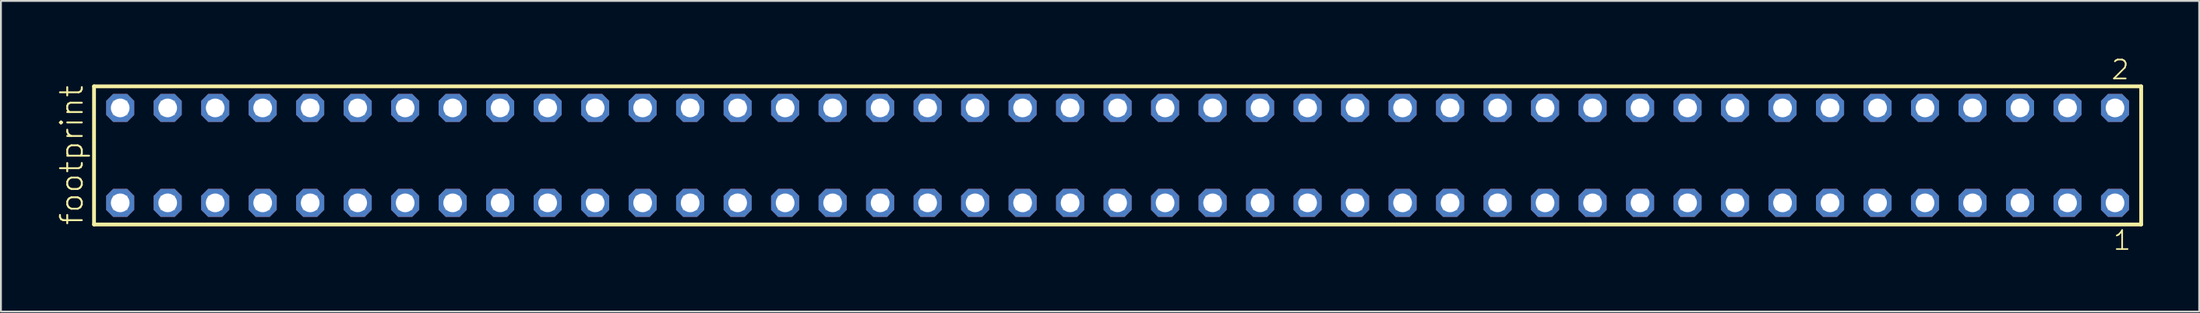
<source format=kicad_pcb>
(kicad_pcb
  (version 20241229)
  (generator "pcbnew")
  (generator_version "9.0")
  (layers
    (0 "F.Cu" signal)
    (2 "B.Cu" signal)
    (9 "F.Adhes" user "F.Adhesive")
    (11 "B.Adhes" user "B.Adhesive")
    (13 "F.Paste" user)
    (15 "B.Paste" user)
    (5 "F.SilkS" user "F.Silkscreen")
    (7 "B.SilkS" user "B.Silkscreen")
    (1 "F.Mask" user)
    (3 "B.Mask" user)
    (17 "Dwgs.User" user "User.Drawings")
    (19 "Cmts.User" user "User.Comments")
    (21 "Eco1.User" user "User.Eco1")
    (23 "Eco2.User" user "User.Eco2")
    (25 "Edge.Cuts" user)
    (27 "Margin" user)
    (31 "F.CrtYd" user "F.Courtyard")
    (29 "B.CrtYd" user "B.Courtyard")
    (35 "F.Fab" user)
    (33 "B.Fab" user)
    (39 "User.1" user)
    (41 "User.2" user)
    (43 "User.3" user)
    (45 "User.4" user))
  (footprint "footprint"
    (layer "F.Cu")
    (at 56.718 5.265)
    (property "Reference" "footprint" (at -55.245 3.81 90) (layer "F.SilkS") (effects (font (size 1.168 1.168) (thickness 0.102)) (justify left bottom)))
    (fp_line (start -54.739 -3.695) (end 54.739 -3.695) (stroke (width 0.203) (type solid)) (layer "F.SilkS"))
    (fp_line (start -54.739 3.695) (end -54.739 -3.695) (stroke (width 0.203) (type solid)) (layer "F.SilkS"))
    (fp_line (start 54.739 -3.695) (end 54.739 3.695) (stroke (width 0.203) (type solid)) (layer "F.SilkS"))
    (fp_line (start 54.739 3.695) (end -54.739 3.695) (stroke (width 0.203) (type solid)) (layer "F.SilkS"))
    (fp_poly (pts (xy -53.69 -2.19) (xy -52.99 -2.19) (xy -52.99 -2.89) (xy -53.69 -2.89)) (stroke (width 0.1) (type solid)) (fill no) (layer "F.Fab"))
    (fp_poly (pts (xy -53.69 2.89) (xy -52.99 2.89) (xy -52.99 2.19) (xy -53.69 2.19)) (stroke (width 0.1) (type solid)) (fill no) (layer "F.Fab"))
    (fp_poly (pts (xy -51.15 -2.19) (xy -50.45 -2.19) (xy -50.45 -2.89) (xy -51.15 -2.89)) (stroke (width 0.1) (type solid)) (fill no) (layer "F.Fab"))
    (fp_poly (pts (xy -51.15 2.89) (xy -50.45 2.89) (xy -50.45 2.19) (xy -51.15 2.19)) (stroke (width 0.1) (type solid)) (fill no) (layer "F.Fab"))
    (fp_poly (pts (xy -48.61 -2.19) (xy -47.91 -2.19) (xy -47.91 -2.89) (xy -48.61 -2.89)) (stroke (width 0.1) (type solid)) (fill no) (layer "F.Fab"))
    (fp_poly (pts (xy -48.61 2.89) (xy -47.91 2.89) (xy -47.91 2.19) (xy -48.61 2.19)) (stroke (width 0.1) (type solid)) (fill no) (layer "F.Fab"))
    (fp_poly (pts (xy -46.07 -2.19) (xy -45.37 -2.19) (xy -45.37 -2.89) (xy -46.07 -2.89)) (stroke (width 0.1) (type solid)) (fill no) (layer "F.Fab"))
    (fp_poly (pts (xy -46.07 2.89) (xy -45.37 2.89) (xy -45.37 2.19) (xy -46.07 2.19)) (stroke (width 0.1) (type solid)) (fill no) (layer "F.Fab"))
    (fp_poly (pts (xy -43.53 -2.19) (xy -42.83 -2.19) (xy -42.83 -2.89) (xy -43.53 -2.89)) (stroke (width 0.1) (type solid)) (fill no) (layer "F.Fab"))
    (fp_poly (pts (xy -43.53 2.89) (xy -42.83 2.89) (xy -42.83 2.19) (xy -43.53 2.19)) (stroke (width 0.1) (type solid)) (fill no) (layer "F.Fab"))
    (fp_poly (pts (xy -40.99 -2.19) (xy -40.29 -2.19) (xy -40.29 -2.89) (xy -40.99 -2.89)) (stroke (width 0.1) (type solid)) (fill no) (layer "F.Fab"))
    (fp_poly (pts (xy -40.99 2.89) (xy -40.29 2.89) (xy -40.29 2.19) (xy -40.99 2.19)) (stroke (width 0.1) (type solid)) (fill no) (layer "F.Fab"))
    (fp_poly (pts (xy -38.45 -2.19) (xy -37.75 -2.19) (xy -37.75 -2.89) (xy -38.45 -2.89)) (stroke (width 0.1) (type solid)) (fill no) (layer "F.Fab"))
    (fp_poly (pts (xy -38.45 2.89) (xy -37.75 2.89) (xy -37.75 2.19) (xy -38.45 2.19)) (stroke (width 0.1) (type solid)) (fill no) (layer "F.Fab"))
    (fp_poly (pts (xy -35.91 -2.19) (xy -35.21 -2.19) (xy -35.21 -2.89) (xy -35.91 -2.89)) (stroke (width 0.1) (type solid)) (fill no) (layer "F.Fab"))
    (fp_poly (pts (xy -35.91 2.89) (xy -35.21 2.89) (xy -35.21 2.19) (xy -35.91 2.19)) (stroke (width 0.1) (type solid)) (fill no) (layer "F.Fab"))
    (fp_poly (pts (xy -33.37 -2.19) (xy -32.67 -2.19) (xy -32.67 -2.89) (xy -33.37 -2.89)) (stroke (width 0.1) (type solid)) (fill no) (layer "F.Fab"))
    (fp_poly (pts (xy -33.37 2.89) (xy -32.67 2.89) (xy -32.67 2.19) (xy -33.37 2.19)) (stroke (width 0.1) (type solid)) (fill no) (layer "F.Fab"))
    (fp_poly (pts (xy -30.83 -2.19) (xy -30.13 -2.19) (xy -30.13 -2.89) (xy -30.83 -2.89)) (stroke (width 0.1) (type solid)) (fill no) (layer "F.Fab"))
    (fp_poly (pts (xy -30.83 2.89) (xy -30.13 2.89) (xy -30.13 2.19) (xy -30.83 2.19)) (stroke (width 0.1) (type solid)) (fill no) (layer "F.Fab"))
    (fp_poly (pts (xy -28.29 -2.19) (xy -27.59 -2.19) (xy -27.59 -2.89) (xy -28.29 -2.89)) (stroke (width 0.1) (type solid)) (fill no) (layer "F.Fab"))
    (fp_poly (pts (xy -28.29 2.89) (xy -27.59 2.89) (xy -27.59 2.19) (xy -28.29 2.19)) (stroke (width 0.1) (type solid)) (fill no) (layer "F.Fab"))
    (fp_poly (pts (xy -25.75 -2.19) (xy -25.05 -2.19) (xy -25.05 -2.89) (xy -25.75 -2.89)) (stroke (width 0.1) (type solid)) (fill no) (layer "F.Fab"))
    (fp_poly (pts (xy -25.75 2.89) (xy -25.05 2.89) (xy -25.05 2.19) (xy -25.75 2.19)) (stroke (width 0.1) (type solid)) (fill no) (layer "F.Fab"))
    (fp_poly (pts (xy -23.21 -2.19) (xy -22.51 -2.19) (xy -22.51 -2.89) (xy -23.21 -2.89)) (stroke (width 0.1) (type solid)) (fill no) (layer "F.Fab"))
    (fp_poly (pts (xy -23.21 2.89) (xy -22.51 2.89) (xy -22.51 2.19) (xy -23.21 2.19)) (stroke (width 0.1) (type solid)) (fill no) (layer "F.Fab"))
    (fp_poly (pts (xy -20.67 -2.19) (xy -19.97 -2.19) (xy -19.97 -2.89) (xy -20.67 -2.89)) (stroke (width 0.1) (type solid)) (fill no) (layer "F.Fab"))
    (fp_poly (pts (xy -20.67 2.89) (xy -19.97 2.89) (xy -19.97 2.19) (xy -20.67 2.19)) (stroke (width 0.1) (type solid)) (fill no) (layer "F.Fab"))
    (fp_poly (pts (xy -18.13 -2.19) (xy -17.43 -2.19) (xy -17.43 -2.89) (xy -18.13 -2.89)) (stroke (width 0.1) (type solid)) (fill no) (layer "F.Fab"))
    (fp_poly (pts (xy -18.13 2.89) (xy -17.43 2.89) (xy -17.43 2.19) (xy -18.13 2.19)) (stroke (width 0.1) (type solid)) (fill no) (layer "F.Fab"))
    (fp_poly (pts (xy -15.59 -2.19) (xy -14.89 -2.19) (xy -14.89 -2.89) (xy -15.59 -2.89)) (stroke (width 0.1) (type solid)) (fill no) (layer "F.Fab"))
    (fp_poly (pts (xy -15.59 2.89) (xy -14.89 2.89) (xy -14.89 2.19) (xy -15.59 2.19)) (stroke (width 0.1) (type solid)) (fill no) (layer "F.Fab"))
    (fp_poly (pts (xy -13.05 -2.19) (xy -12.35 -2.19) (xy -12.35 -2.89) (xy -13.05 -2.89)) (stroke (width 0.1) (type solid)) (fill no) (layer "F.Fab"))
    (fp_poly (pts (xy -13.05 2.89) (xy -12.35 2.89) (xy -12.35 2.19) (xy -13.05 2.19)) (stroke (width 0.1) (type solid)) (fill no) (layer "F.Fab"))
    (fp_poly (pts (xy -10.51 -2.19) (xy -9.81 -2.19) (xy -9.81 -2.89) (xy -10.51 -2.89)) (stroke (width 0.1) (type solid)) (fill no) (layer "F.Fab"))
    (fp_poly (pts (xy -10.51 2.89) (xy -9.81 2.89) (xy -9.81 2.19) (xy -10.51 2.19)) (stroke (width 0.1) (type solid)) (fill no) (layer "F.Fab"))
    (fp_poly (pts (xy -7.97 -2.19) (xy -7.27 -2.19) (xy -7.27 -2.89) (xy -7.97 -2.89)) (stroke (width 0.1) (type solid)) (fill no) (layer "F.Fab"))
    (fp_poly (pts (xy -7.97 2.89) (xy -7.27 2.89) (xy -7.27 2.19) (xy -7.97 2.19)) (stroke (width 0.1) (type solid)) (fill no) (layer "F.Fab"))
    (fp_poly (pts (xy -5.43 -2.19) (xy -4.73 -2.19) (xy -4.73 -2.89) (xy -5.43 -2.89)) (stroke (width 0.1) (type solid)) (fill no) (layer "F.Fab"))
    (fp_poly (pts (xy -5.43 2.89) (xy -4.73 2.89) (xy -4.73 2.19) (xy -5.43 2.19)) (stroke (width 0.1) (type solid)) (fill no) (layer "F.Fab"))
    (fp_poly (pts (xy -2.89 -2.19) (xy -2.19 -2.19) (xy -2.19 -2.89) (xy -2.89 -2.89)) (stroke (width 0.1) (type solid)) (fill no) (layer "F.Fab"))
    (fp_poly (pts (xy -2.89 2.89) (xy -2.19 2.89) (xy -2.19 2.19) (xy -2.89 2.19)) (stroke (width 0.1) (type solid)) (fill no) (layer "F.Fab"))
    (fp_poly (pts (xy -0.35 -2.19) (xy 0.35 -2.19) (xy 0.35 -2.89) (xy -0.35 -2.89)) (stroke (width 0.1) (type solid)) (fill no) (layer "F.Fab"))
    (fp_poly (pts (xy -0.35 2.89) (xy 0.35 2.89) (xy 0.35 2.19) (xy -0.35 2.19)) (stroke (width 0.1) (type solid)) (fill no) (layer "F.Fab"))
    (fp_poly (pts (xy 2.19 -2.19) (xy 2.89 -2.19) (xy 2.89 -2.89) (xy 2.19 -2.89)) (stroke (width 0.1) (type solid)) (fill no) (layer "F.Fab"))
    (fp_poly (pts (xy 2.19 2.89) (xy 2.89 2.89) (xy 2.89 2.19) (xy 2.19 2.19)) (stroke (width 0.1) (type solid)) (fill no) (layer "F.Fab"))
    (fp_poly (pts (xy 4.73 -2.19) (xy 5.43 -2.19) (xy 5.43 -2.89) (xy 4.73 -2.89)) (stroke (width 0.1) (type solid)) (fill no) (layer "F.Fab"))
    (fp_poly (pts (xy 4.73 2.89) (xy 5.43 2.89) (xy 5.43 2.19) (xy 4.73 2.19)) (stroke (width 0.1) (type solid)) (fill no) (layer "F.Fab"))
    (fp_poly (pts (xy 7.27 -2.19) (xy 7.97 -2.19) (xy 7.97 -2.89) (xy 7.27 -2.89)) (stroke (width 0.1) (type solid)) (fill no) (layer "F.Fab"))
    (fp_poly (pts (xy 7.27 2.89) (xy 7.97 2.89) (xy 7.97 2.19) (xy 7.27 2.19)) (stroke (width 0.1) (type solid)) (fill no) (layer "F.Fab"))
    (fp_poly (pts (xy 9.81 -2.19) (xy 10.51 -2.19) (xy 10.51 -2.89) (xy 9.81 -2.89)) (stroke (width 0.1) (type solid)) (fill no) (layer "F.Fab"))
    (fp_poly (pts (xy 9.81 2.89) (xy 10.51 2.89) (xy 10.51 2.19) (xy 9.81 2.19)) (stroke (width 0.1) (type solid)) (fill no) (layer "F.Fab"))
    (fp_poly (pts (xy 12.35 -2.19) (xy 13.05 -2.19) (xy 13.05 -2.89) (xy 12.35 -2.89)) (stroke (width 0.1) (type solid)) (fill no) (layer "F.Fab"))
    (fp_poly (pts (xy 12.35 2.89) (xy 13.05 2.89) (xy 13.05 2.19) (xy 12.35 2.19)) (stroke (width 0.1) (type solid)) (fill no) (layer "F.Fab"))
    (fp_poly (pts (xy 14.89 -2.19) (xy 15.59 -2.19) (xy 15.59 -2.89) (xy 14.89 -2.89)) (stroke (width 0.1) (type solid)) (fill no) (layer "F.Fab"))
    (fp_poly (pts (xy 14.89 2.89) (xy 15.59 2.89) (xy 15.59 2.19) (xy 14.89 2.19)) (stroke (width 0.1) (type solid)) (fill no) (layer "F.Fab"))
    (fp_poly (pts (xy 17.43 -2.19) (xy 18.13 -2.19) (xy 18.13 -2.89) (xy 17.43 -2.89)) (stroke (width 0.1) (type solid)) (fill no) (layer "F.Fab"))
    (fp_poly (pts (xy 17.43 2.89) (xy 18.13 2.89) (xy 18.13 2.19) (xy 17.43 2.19)) (stroke (width 0.1) (type solid)) (fill no) (layer "F.Fab"))
    (fp_poly (pts (xy 19.97 -2.19) (xy 20.67 -2.19) (xy 20.67 -2.89) (xy 19.97 -2.89)) (stroke (width 0.1) (type solid)) (fill no) (layer "F.Fab"))
    (fp_poly (pts (xy 19.97 2.89) (xy 20.67 2.89) (xy 20.67 2.19) (xy 19.97 2.19)) (stroke (width 0.1) (type solid)) (fill no) (layer "F.Fab"))
    (fp_poly (pts (xy 22.51 -2.19) (xy 23.21 -2.19) (xy 23.21 -2.89) (xy 22.51 -2.89)) (stroke (width 0.1) (type solid)) (fill no) (layer "F.Fab"))
    (fp_poly (pts (xy 22.51 2.89) (xy 23.21 2.89) (xy 23.21 2.19) (xy 22.51 2.19)) (stroke (width 0.1) (type solid)) (fill no) (layer "F.Fab"))
    (fp_poly (pts (xy 25.05 -2.19) (xy 25.75 -2.19) (xy 25.75 -2.89) (xy 25.05 -2.89)) (stroke (width 0.1) (type solid)) (fill no) (layer "F.Fab"))
    (fp_poly (pts (xy 25.05 2.89) (xy 25.75 2.89) (xy 25.75 2.19) (xy 25.05 2.19)) (stroke (width 0.1) (type solid)) (fill no) (layer "F.Fab"))
    (fp_poly (pts (xy 27.59 -2.19) (xy 28.29 -2.19) (xy 28.29 -2.89) (xy 27.59 -2.89)) (stroke (width 0.1) (type solid)) (fill no) (layer "F.Fab"))
    (fp_poly (pts (xy 27.59 2.89) (xy 28.29 2.89) (xy 28.29 2.19) (xy 27.59 2.19)) (stroke (width 0.1) (type solid)) (fill no) (layer "F.Fab"))
    (fp_poly (pts (xy 30.13 -2.19) (xy 30.83 -2.19) (xy 30.83 -2.89) (xy 30.13 -2.89)) (stroke (width 0.1) (type solid)) (fill no) (layer "F.Fab"))
    (fp_poly (pts (xy 30.13 2.89) (xy 30.83 2.89) (xy 30.83 2.19) (xy 30.13 2.19)) (stroke (width 0.1) (type solid)) (fill no) (layer "F.Fab"))
    (fp_poly (pts (xy 32.67 -2.19) (xy 33.37 -2.19) (xy 33.37 -2.89) (xy 32.67 -2.89)) (stroke (width 0.1) (type solid)) (fill no) (layer "F.Fab"))
    (fp_poly (pts (xy 32.67 2.89) (xy 33.37 2.89) (xy 33.37 2.19) (xy 32.67 2.19)) (stroke (width 0.1) (type solid)) (fill no) (layer "F.Fab"))
    (fp_poly (pts (xy 35.21 -2.19) (xy 35.91 -2.19) (xy 35.91 -2.89) (xy 35.21 -2.89)) (stroke (width 0.1) (type solid)) (fill no) (layer "F.Fab"))
    (fp_poly (pts (xy 35.21 2.89) (xy 35.91 2.89) (xy 35.91 2.19) (xy 35.21 2.19)) (stroke (width 0.1) (type solid)) (fill no) (layer "F.Fab"))
    (fp_poly (pts (xy 37.75 -2.19) (xy 38.45 -2.19) (xy 38.45 -2.89) (xy 37.75 -2.89)) (stroke (width 0.1) (type solid)) (fill no) (layer "F.Fab"))
    (fp_poly (pts (xy 37.75 2.89) (xy 38.45 2.89) (xy 38.45 2.19) (xy 37.75 2.19)) (stroke (width 0.1) (type solid)) (fill no) (layer "F.Fab"))
    (fp_poly (pts (xy 40.29 -2.19) (xy 40.99 -2.19) (xy 40.99 -2.89) (xy 40.29 -2.89)) (stroke (width 0.1) (type solid)) (fill no) (layer "F.Fab"))
    (fp_poly (pts (xy 40.29 2.89) (xy 40.99 2.89) (xy 40.99 2.19) (xy 40.29 2.19)) (stroke (width 0.1) (type solid)) (fill no) (layer "F.Fab"))
    (fp_poly (pts (xy 42.83 -2.19) (xy 43.53 -2.19) (xy 43.53 -2.89) (xy 42.83 -2.89)) (stroke (width 0.1) (type solid)) (fill no) (layer "F.Fab"))
    (fp_poly (pts (xy 42.83 2.89) (xy 43.53 2.89) (xy 43.53 2.19) (xy 42.83 2.19)) (stroke (width 0.1) (type solid)) (fill no) (layer "F.Fab"))
    (fp_poly (pts (xy 45.37 -2.19) (xy 46.07 -2.19) (xy 46.07 -2.89) (xy 45.37 -2.89)) (stroke (width 0.1) (type solid)) (fill no) (layer "F.Fab"))
    (fp_poly (pts (xy 45.37 2.89) (xy 46.07 2.89) (xy 46.07 2.19) (xy 45.37 2.19)) (stroke (width 0.1) (type solid)) (fill no) (layer "F.Fab"))
    (fp_poly (pts (xy 47.91 -2.19) (xy 48.61 -2.19) (xy 48.61 -2.89) (xy 47.91 -2.89)) (stroke (width 0.1) (type solid)) (fill no) (layer "F.Fab"))
    (fp_poly (pts (xy 47.91 2.89) (xy 48.61 2.89) (xy 48.61 2.19) (xy 47.91 2.19)) (stroke (width 0.1) (type solid)) (fill no) (layer "F.Fab"))
    (fp_poly (pts (xy 50.45 -2.19) (xy 51.15 -2.19) (xy 51.15 -2.89) (xy 50.45 -2.89)) (stroke (width 0.1) (type solid)) (fill no) (layer "F.Fab"))
    (fp_poly (pts (xy 50.45 2.89) (xy 51.15 2.89) (xy 51.15 2.19) (xy 50.45 2.19)) (stroke (width 0.1) (type solid)) (fill no) (layer "F.Fab"))
    (fp_poly (pts (xy 52.99 -2.19) (xy 53.69 -2.19) (xy 53.69 -2.89) (xy 52.99 -2.89)) (stroke (width 0.1) (type solid)) (fill no) (layer "F.Fab"))
    (fp_poly (pts (xy 52.99 2.89) (xy 53.69 2.89) (xy 53.69 2.19) (xy 52.99 2.19)) (stroke (width 0.1) (type solid)) (fill no) (layer "F.Fab"))
    (fp_text user "1" (at 53.182 5.138 0) (layer "F.SilkS") (effects (font (size 1.012 1.012) (thickness 0.088)) (justify left bottom)))
    (fp_text user "2" (at 53.082 -3.989 0) (layer "F.SilkS") (effects (font (size 1.012 1.012) (thickness 0.088)) (justify left bottom)))
    (pad "1" thru_hole roundrect (at 53.34 2.54 180) (size 1.5 1.5) (drill 1) (layers "*.Cu" "*.Mask") (roundrect_rratio 0.25) (chamfer_ratio 0.25) (chamfer top_left top_right bottom_left bottom_right))
    (pad "2" thru_hole roundrect (at 53.34 -2.54 180) (size 1.5 1.5) (drill 1) (layers "*.Cu" "*.Mask") (roundrect_rratio 0.25) (chamfer_ratio 0.25) (chamfer top_left top_right bottom_left bottom_right))
    (pad "3" thru_hole roundrect (at 50.8 2.54 180) (size 1.5 1.5) (drill 1) (layers "*.Cu" "*.Mask") (roundrect_rratio 0.25) (chamfer_ratio 0.25) (chamfer top_left top_right bottom_left bottom_right))
    (pad "4" thru_hole roundrect (at 50.8 -2.54 180) (size 1.5 1.5) (drill 1) (layers "*.Cu" "*.Mask") (roundrect_rratio 0.25) (chamfer_ratio 0.25) (chamfer top_left top_right bottom_left bottom_right))
    (pad "5" thru_hole roundrect (at 48.26 2.54 180) (size 1.5 1.5) (drill 1) (layers "*.Cu" "*.Mask") (roundrect_rratio 0.25) (chamfer_ratio 0.25) (chamfer top_left top_right bottom_left bottom_right))
    (pad "6" thru_hole roundrect (at 48.26 -2.54 180) (size 1.5 1.5) (drill 1) (layers "*.Cu" "*.Mask") (roundrect_rratio 0.25) (chamfer_ratio 0.25) (chamfer top_left top_right bottom_left bottom_right))
    (pad "7" thru_hole roundrect (at 45.72 2.54 180) (size 1.5 1.5) (drill 1) (layers "*.Cu" "*.Mask") (roundrect_rratio 0.25) (chamfer_ratio 0.25) (chamfer top_left top_right bottom_left bottom_right))
    (pad "8" thru_hole roundrect (at 45.72 -2.54 180) (size 1.5 1.5) (drill 1) (layers "*.Cu" "*.Mask") (roundrect_rratio 0.25) (chamfer_ratio 0.25) (chamfer top_left top_right bottom_left bottom_right))
    (pad "9" thru_hole roundrect (at 43.18 2.54 180) (size 1.5 1.5) (drill 1) (layers "*.Cu" "*.Mask") (roundrect_rratio 0.25) (chamfer_ratio 0.25) (chamfer top_left top_right bottom_left bottom_right))
    (pad "10" thru_hole roundrect (at 43.18 -2.54 180) (size 1.5 1.5) (drill 1) (layers "*.Cu" "*.Mask") (roundrect_rratio 0.25) (chamfer_ratio 0.25) (chamfer top_left top_right bottom_left bottom_right))
    (pad "11" thru_hole roundrect (at 40.64 2.54 180) (size 1.5 1.5) (drill 1) (layers "*.Cu" "*.Mask") (roundrect_rratio 0.25) (chamfer_ratio 0.25) (chamfer top_left top_right bottom_left bottom_right))
    (pad "12" thru_hole roundrect (at 40.64 -2.54 180) (size 1.5 1.5) (drill 1) (layers "*.Cu" "*.Mask") (roundrect_rratio 0.25) (chamfer_ratio 0.25) (chamfer top_left top_right bottom_left bottom_right))
    (pad "13" thru_hole roundrect (at 38.1 2.54 180) (size 1.5 1.5) (drill 1) (layers "*.Cu" "*.Mask") (roundrect_rratio 0.25) (chamfer_ratio 0.25) (chamfer top_left top_right bottom_left bottom_right))
    (pad "14" thru_hole roundrect (at 38.1 -2.54 180) (size 1.5 1.5) (drill 1) (layers "*.Cu" "*.Mask") (roundrect_rratio 0.25) (chamfer_ratio 0.25) (chamfer top_left top_right bottom_left bottom_right))
    (pad "15" thru_hole roundrect (at 35.56 2.54 180) (size 1.5 1.5) (drill 1) (layers "*.Cu" "*.Mask") (roundrect_rratio 0.25) (chamfer_ratio 0.25) (chamfer top_left top_right bottom_left bottom_right))
    (pad "16" thru_hole roundrect (at 35.56 -2.54 180) (size 1.5 1.5) (drill 1) (layers "*.Cu" "*.Mask") (roundrect_rratio 0.25) (chamfer_ratio 0.25) (chamfer top_left top_right bottom_left bottom_right))
    (pad "17" thru_hole roundrect (at 33.02 2.54 180) (size 1.5 1.5) (drill 1) (layers "*.Cu" "*.Mask") (roundrect_rratio 0.25) (chamfer_ratio 0.25) (chamfer top_left top_right bottom_left bottom_right))
    (pad "18" thru_hole roundrect (at 33.02 -2.54 180) (size 1.5 1.5) (drill 1) (layers "*.Cu" "*.Mask") (roundrect_rratio 0.25) (chamfer_ratio 0.25) (chamfer top_left top_right bottom_left bottom_right))
    (pad "19" thru_hole roundrect (at 30.48 2.54 180) (size 1.5 1.5) (drill 1) (layers "*.Cu" "*.Mask") (roundrect_rratio 0.25) (chamfer_ratio 0.25) (chamfer top_left top_right bottom_left bottom_right))
    (pad "20" thru_hole roundrect (at 30.48 -2.54 180) (size 1.5 1.5) (drill 1) (layers "*.Cu" "*.Mask") (roundrect_rratio 0.25) (chamfer_ratio 0.25) (chamfer top_left top_right bottom_left bottom_right))
    (pad "21" thru_hole roundrect (at 27.94 2.54 180) (size 1.5 1.5) (drill 1) (layers "*.Cu" "*.Mask") (roundrect_rratio 0.25) (chamfer_ratio 0.25) (chamfer top_left top_right bottom_left bottom_right))
    (pad "22" thru_hole roundrect (at 27.94 -2.54 180) (size 1.5 1.5) (drill 1) (layers "*.Cu" "*.Mask") (roundrect_rratio 0.25) (chamfer_ratio 0.25) (chamfer top_left top_right bottom_left bottom_right))
    (pad "23" thru_hole roundrect (at 25.4 2.54 180) (size 1.5 1.5) (drill 1) (layers "*.Cu" "*.Mask") (roundrect_rratio 0.25) (chamfer_ratio 0.25) (chamfer top_left top_right bottom_left bottom_right))
    (pad "24" thru_hole roundrect (at 25.4 -2.54 180) (size 1.5 1.5) (drill 1) (layers "*.Cu" "*.Mask") (roundrect_rratio 0.25) (chamfer_ratio 0.25) (chamfer top_left top_right bottom_left bottom_right))
    (pad "25" thru_hole roundrect (at 22.86 2.54 180) (size 1.5 1.5) (drill 1) (layers "*.Cu" "*.Mask") (roundrect_rratio 0.25) (chamfer_ratio 0.25) (chamfer top_left top_right bottom_left bottom_right))
    (pad "26" thru_hole roundrect (at 22.86 -2.54 180) (size 1.5 1.5) (drill 1) (layers "*.Cu" "*.Mask") (roundrect_rratio 0.25) (chamfer_ratio 0.25) (chamfer top_left top_right bottom_left bottom_right))
    (pad "27" thru_hole roundrect (at 20.32 2.54 180) (size 1.5 1.5) (drill 1) (layers "*.Cu" "*.Mask") (roundrect_rratio 0.25) (chamfer_ratio 0.25) (chamfer top_left top_right bottom_left bottom_right))
    (pad "28" thru_hole roundrect (at 20.32 -2.54 180) (size 1.5 1.5) (drill 1) (layers "*.Cu" "*.Mask") (roundrect_rratio 0.25) (chamfer_ratio 0.25) (chamfer top_left top_right bottom_left bottom_right))
    (pad "29" thru_hole roundrect (at 17.78 2.54 180) (size 1.5 1.5) (drill 1) (layers "*.Cu" "*.Mask") (roundrect_rratio 0.25) (chamfer_ratio 0.25) (chamfer top_left top_right bottom_left bottom_right))
    (pad "30" thru_hole roundrect (at 17.78 -2.54 180) (size 1.5 1.5) (drill 1) (layers "*.Cu" "*.Mask") (roundrect_rratio 0.25) (chamfer_ratio 0.25) (chamfer top_left top_right bottom_left bottom_right))
    (pad "31" thru_hole roundrect (at 15.24 2.54 180) (size 1.5 1.5) (drill 1) (layers "*.Cu" "*.Mask") (roundrect_rratio 0.25) (chamfer_ratio 0.25) (chamfer top_left top_right bottom_left bottom_right))
    (pad "32" thru_hole roundrect (at 15.24 -2.54 180) (size 1.5 1.5) (drill 1) (layers "*.Cu" "*.Mask") (roundrect_rratio 0.25) (chamfer_ratio 0.25) (chamfer top_left top_right bottom_left bottom_right))
    (pad "33" thru_hole roundrect (at 12.7 2.54 180) (size 1.5 1.5) (drill 1) (layers "*.Cu" "*.Mask") (roundrect_rratio 0.25) (chamfer_ratio 0.25) (chamfer top_left top_right bottom_left bottom_right))
    (pad "34" thru_hole roundrect (at 12.7 -2.54 180) (size 1.5 1.5) (drill 1) (layers "*.Cu" "*.Mask") (roundrect_rratio 0.25) (chamfer_ratio 0.25) (chamfer top_left top_right bottom_left bottom_right))
    (pad "35" thru_hole roundrect (at 10.16 2.54 180) (size 1.5 1.5) (drill 1) (layers "*.Cu" "*.Mask") (roundrect_rratio 0.25) (chamfer_ratio 0.25) (chamfer top_left top_right bottom_left bottom_right))
    (pad "36" thru_hole roundrect (at 10.16 -2.54 180) (size 1.5 1.5) (drill 1) (layers "*.Cu" "*.Mask") (roundrect_rratio 0.25) (chamfer_ratio 0.25) (chamfer top_left top_right bottom_left bottom_right))
    (pad "37" thru_hole roundrect (at 7.62 2.54 180) (size 1.5 1.5) (drill 1) (layers "*.Cu" "*.Mask") (roundrect_rratio 0.25) (chamfer_ratio 0.25) (chamfer top_left top_right bottom_left bottom_right))
    (pad "38" thru_hole roundrect (at 7.62 -2.54 180) (size 1.5 1.5) (drill 1) (layers "*.Cu" "*.Mask") (roundrect_rratio 0.25) (chamfer_ratio 0.25) (chamfer top_left top_right bottom_left bottom_right))
    (pad "39" thru_hole roundrect (at 5.08 2.54 180) (size 1.5 1.5) (drill 1) (layers "*.Cu" "*.Mask") (roundrect_rratio 0.25) (chamfer_ratio 0.25) (chamfer top_left top_right bottom_left bottom_right))
    (pad "40" thru_hole roundrect (at 5.08 -2.54 180) (size 1.5 1.5) (drill 1) (layers "*.Cu" "*.Mask") (roundrect_rratio 0.25) (chamfer_ratio 0.25) (chamfer top_left top_right bottom_left bottom_right))
    (pad "41" thru_hole roundrect (at 2.54 2.54 180) (size 1.5 1.5) (drill 1) (layers "*.Cu" "*.Mask") (roundrect_rratio 0.25) (chamfer_ratio 0.25) (chamfer top_left top_right bottom_left bottom_right))
    (pad "42" thru_hole roundrect (at 2.54 -2.54 180) (size 1.5 1.5) (drill 1) (layers "*.Cu" "*.Mask") (roundrect_rratio 0.25) (chamfer_ratio 0.25) (chamfer top_left top_right bottom_left bottom_right))
    (pad "43" thru_hole roundrect (at 0 2.54 180) (size 1.5 1.5) (drill 1) (layers "*.Cu" "*.Mask") (roundrect_rratio 0.25) (chamfer_ratio 0.25) (chamfer top_left top_right bottom_left bottom_right))
    (pad "44" thru_hole roundrect (at 0 -2.54 180) (size 1.5 1.5) (drill 1) (layers "*.Cu" "*.Mask") (roundrect_rratio 0.25) (chamfer_ratio 0.25) (chamfer top_left top_right bottom_left bottom_right))
    (pad "45" thru_hole roundrect (at -2.54 2.54 180) (size 1.5 1.5) (drill 1) (layers "*.Cu" "*.Mask") (roundrect_rratio 0.25) (chamfer_ratio 0.25) (chamfer top_left top_right bottom_left bottom_right))
    (pad "46" thru_hole roundrect (at -2.54 -2.54 180) (size 1.5 1.5) (drill 1) (layers "*.Cu" "*.Mask") (roundrect_rratio 0.25) (chamfer_ratio 0.25) (chamfer top_left top_right bottom_left bottom_right))
    (pad "47" thru_hole roundrect (at -5.08 2.54 180) (size 1.5 1.5) (drill 1) (layers "*.Cu" "*.Mask") (roundrect_rratio 0.25) (chamfer_ratio 0.25) (chamfer top_left top_right bottom_left bottom_right))
    (pad "48" thru_hole roundrect (at -5.08 -2.54 180) (size 1.5 1.5) (drill 1) (layers "*.Cu" "*.Mask") (roundrect_rratio 0.25) (chamfer_ratio 0.25) (chamfer top_left top_right bottom_left bottom_right))
    (pad "49" thru_hole roundrect (at -7.62 2.54 180) (size 1.5 1.5) (drill 1) (layers "*.Cu" "*.Mask") (roundrect_rratio 0.25) (chamfer_ratio 0.25) (chamfer top_left top_right bottom_left bottom_right))
    (pad "50" thru_hole roundrect (at -7.62 -2.54 180) (size 1.5 1.5) (drill 1) (layers "*.Cu" "*.Mask") (roundrect_rratio 0.25) (chamfer_ratio 0.25) (chamfer top_left top_right bottom_left bottom_right))
    (pad "51" thru_hole roundrect (at -10.16 2.54 180) (size 1.5 1.5) (drill 1) (layers "*.Cu" "*.Mask") (roundrect_rratio 0.25) (chamfer_ratio 0.25) (chamfer top_left top_right bottom_left bottom_right))
    (pad "52" thru_hole roundrect (at -10.16 -2.54 180) (size 1.5 1.5) (drill 1) (layers "*.Cu" "*.Mask") (roundrect_rratio 0.25) (chamfer_ratio 0.25) (chamfer top_left top_right bottom_left bottom_right))
    (pad "53" thru_hole roundrect (at -12.7 2.54 180) (size 1.5 1.5) (drill 1) (layers "*.Cu" "*.Mask") (roundrect_rratio 0.25) (chamfer_ratio 0.25) (chamfer top_left top_right bottom_left bottom_right))
    (pad "54" thru_hole roundrect (at -12.7 -2.54 180) (size 1.5 1.5) (drill 1) (layers "*.Cu" "*.Mask") (roundrect_rratio 0.25) (chamfer_ratio 0.25) (chamfer top_left top_right bottom_left bottom_right))
    (pad "55" thru_hole roundrect (at -15.24 2.54 180) (size 1.5 1.5) (drill 1) (layers "*.Cu" "*.Mask") (roundrect_rratio 0.25) (chamfer_ratio 0.25) (chamfer top_left top_right bottom_left bottom_right))
    (pad "56" thru_hole roundrect (at -15.24 -2.54 180) (size 1.5 1.5) (drill 1) (layers "*.Cu" "*.Mask") (roundrect_rratio 0.25) (chamfer_ratio 0.25) (chamfer top_left top_right bottom_left bottom_right))
    (pad "57" thru_hole roundrect (at -17.78 2.54 180) (size 1.5 1.5) (drill 1) (layers "*.Cu" "*.Mask") (roundrect_rratio 0.25) (chamfer_ratio 0.25) (chamfer top_left top_right bottom_left bottom_right))
    (pad "58" thru_hole roundrect (at -17.78 -2.54 180) (size 1.5 1.5) (drill 1) (layers "*.Cu" "*.Mask") (roundrect_rratio 0.25) (chamfer_ratio 0.25) (chamfer top_left top_right bottom_left bottom_right))
    (pad "59" thru_hole roundrect (at -20.32 2.54 180) (size 1.5 1.5) (drill 1) (layers "*.Cu" "*.Mask") (roundrect_rratio 0.25) (chamfer_ratio 0.25) (chamfer top_left top_right bottom_left bottom_right))
    (pad "60" thru_hole roundrect (at -20.32 -2.54 180) (size 1.5 1.5) (drill 1) (layers "*.Cu" "*.Mask") (roundrect_rratio 0.25) (chamfer_ratio 0.25) (chamfer top_left top_right bottom_left bottom_right))
    (pad "61" thru_hole roundrect (at -22.86 2.54 180) (size 1.5 1.5) (drill 1) (layers "*.Cu" "*.Mask") (roundrect_rratio 0.25) (chamfer_ratio 0.25) (chamfer top_left top_right bottom_left bottom_right))
    (pad "62" thru_hole roundrect (at -22.86 -2.54 180) (size 1.5 1.5) (drill 1) (layers "*.Cu" "*.Mask") (roundrect_rratio 0.25) (chamfer_ratio 0.25) (chamfer top_left top_right bottom_left bottom_right))
    (pad "63" thru_hole roundrect (at -25.4 2.54 180) (size 1.5 1.5) (drill 1) (layers "*.Cu" "*.Mask") (roundrect_rratio 0.25) (chamfer_ratio 0.25) (chamfer top_left top_right bottom_left bottom_right))
    (pad "64" thru_hole roundrect (at -25.4 -2.54 180) (size 1.5 1.5) (drill 1) (layers "*.Cu" "*.Mask") (roundrect_rratio 0.25) (chamfer_ratio 0.25) (chamfer top_left top_right bottom_left bottom_right))
    (pad "65" thru_hole roundrect (at -27.94 2.54 180) (size 1.5 1.5) (drill 1) (layers "*.Cu" "*.Mask") (roundrect_rratio 0.25) (chamfer_ratio 0.25) (chamfer top_left top_right bottom_left bottom_right))
    (pad "66" thru_hole roundrect (at -27.94 -2.54 180) (size 1.5 1.5) (drill 1) (layers "*.Cu" "*.Mask") (roundrect_rratio 0.25) (chamfer_ratio 0.25) (chamfer top_left top_right bottom_left bottom_right))
    (pad "67" thru_hole roundrect (at -30.48 2.54 180) (size 1.5 1.5) (drill 1) (layers "*.Cu" "*.Mask") (roundrect_rratio 0.25) (chamfer_ratio 0.25) (chamfer top_left top_right bottom_left bottom_right))
    (pad "68" thru_hole roundrect (at -30.48 -2.54 180) (size 1.5 1.5) (drill 1) (layers "*.Cu" "*.Mask") (roundrect_rratio 0.25) (chamfer_ratio 0.25) (chamfer top_left top_right bottom_left bottom_right))
    (pad "69" thru_hole roundrect (at -33.02 2.54 180) (size 1.5 1.5) (drill 1) (layers "*.Cu" "*.Mask") (roundrect_rratio 0.25) (chamfer_ratio 0.25) (chamfer top_left top_right bottom_left bottom_right))
    (pad "70" thru_hole roundrect (at -33.02 -2.54 180) (size 1.5 1.5) (drill 1) (layers "*.Cu" "*.Mask") (roundrect_rratio 0.25) (chamfer_ratio 0.25) (chamfer top_left top_right bottom_left bottom_right))
    (pad "71" thru_hole roundrect (at -35.56 2.54 180) (size 1.5 1.5) (drill 1) (layers "*.Cu" "*.Mask") (roundrect_rratio 0.25) (chamfer_ratio 0.25) (chamfer top_left top_right bottom_left bottom_right))
    (pad "72" thru_hole roundrect (at -35.56 -2.54 180) (size 1.5 1.5) (drill 1) (layers "*.Cu" "*.Mask") (roundrect_rratio 0.25) (chamfer_ratio 0.25) (chamfer top_left top_right bottom_left bottom_right))
    (pad "73" thru_hole roundrect (at -38.1 2.54 180) (size 1.5 1.5) (drill 1) (layers "*.Cu" "*.Mask") (roundrect_rratio 0.25) (chamfer_ratio 0.25) (chamfer top_left top_right bottom_left bottom_right))
    (pad "74" thru_hole roundrect (at -38.1 -2.54 180) (size 1.5 1.5) (drill 1) (layers "*.Cu" "*.Mask") (roundrect_rratio 0.25) (chamfer_ratio 0.25) (chamfer top_left top_right bottom_left bottom_right))
    (pad "75" thru_hole roundrect (at -40.64 2.54 180) (size 1.5 1.5) (drill 1) (layers "*.Cu" "*.Mask") (roundrect_rratio 0.25) (chamfer_ratio 0.25) (chamfer top_left top_right bottom_left bottom_right))
    (pad "76" thru_hole roundrect (at -40.64 -2.54 180) (size 1.5 1.5) (drill 1) (layers "*.Cu" "*.Mask") (roundrect_rratio 0.25) (chamfer_ratio 0.25) (chamfer top_left top_right bottom_left bottom_right))
    (pad "77" thru_hole roundrect (at -43.18 2.54 180) (size 1.5 1.5) (drill 1) (layers "*.Cu" "*.Mask") (roundrect_rratio 0.25) (chamfer_ratio 0.25) (chamfer top_left top_right bottom_left bottom_right))
    (pad "78" thru_hole roundrect (at -43.18 -2.54 180) (size 1.5 1.5) (drill 1) (layers "*.Cu" "*.Mask") (roundrect_rratio 0.25) (chamfer_ratio 0.25) (chamfer top_left top_right bottom_left bottom_right))
    (pad "79" thru_hole roundrect (at -45.72 2.54 180) (size 1.5 1.5) (drill 1) (layers "*.Cu" "*.Mask") (roundrect_rratio 0.25) (chamfer_ratio 0.25) (chamfer top_left top_right bottom_left bottom_right))
    (pad "80" thru_hole roundrect (at -45.72 -2.54 180) (size 1.5 1.5) (drill 1) (layers "*.Cu" "*.Mask") (roundrect_rratio 0.25) (chamfer_ratio 0.25) (chamfer top_left top_right bottom_left bottom_right))
    (pad "81" thru_hole roundrect (at -48.26 2.54 180) (size 1.5 1.5) (drill 1) (layers "*.Cu" "*.Mask") (roundrect_rratio 0.25) (chamfer_ratio 0.25) (chamfer top_left top_right bottom_left bottom_right))
    (pad "82" thru_hole roundrect (at -48.26 -2.54 180) (size 1.5 1.5) (drill 1) (layers "*.Cu" "*.Mask") (roundrect_rratio 0.25) (chamfer_ratio 0.25) (chamfer top_left top_right bottom_left bottom_right))
    (pad "83" thru_hole roundrect (at -50.8 2.54 180) (size 1.5 1.5) (drill 1) (layers "*.Cu" "*.Mask") (roundrect_rratio 0.25) (chamfer_ratio 0.25) (chamfer top_left top_right bottom_left bottom_right))
    (pad "84" thru_hole roundrect (at -50.8 -2.54 180) (size 1.5 1.5) (drill 1) (layers "*.Cu" "*.Mask") (roundrect_rratio 0.25) (chamfer_ratio 0.25) (chamfer top_left top_right bottom_left bottom_right))
    (pad "85" thru_hole roundrect (at -53.34 2.54 180) (size 1.5 1.5) (drill 1) (layers "*.Cu" "*.Mask") (roundrect_rratio 0.25) (chamfer_ratio 0.25) (chamfer top_left top_right bottom_left bottom_right))
    (pad "86" thru_hole roundrect (at -53.34 -2.54 180) (size 1.5 1.5) (drill 1) (layers "*.Cu" "*.Mask") (roundrect_rratio 0.25) (chamfer_ratio 0.25) (chamfer top_left top_right bottom_left bottom_right)))
  (gr_rect
    (start -3 -3)
    (end 114.559 13.62)
    (stroke (width 0.1) (type default))
    (fill no)
    (layer "Edge.Cuts")))
</source>
